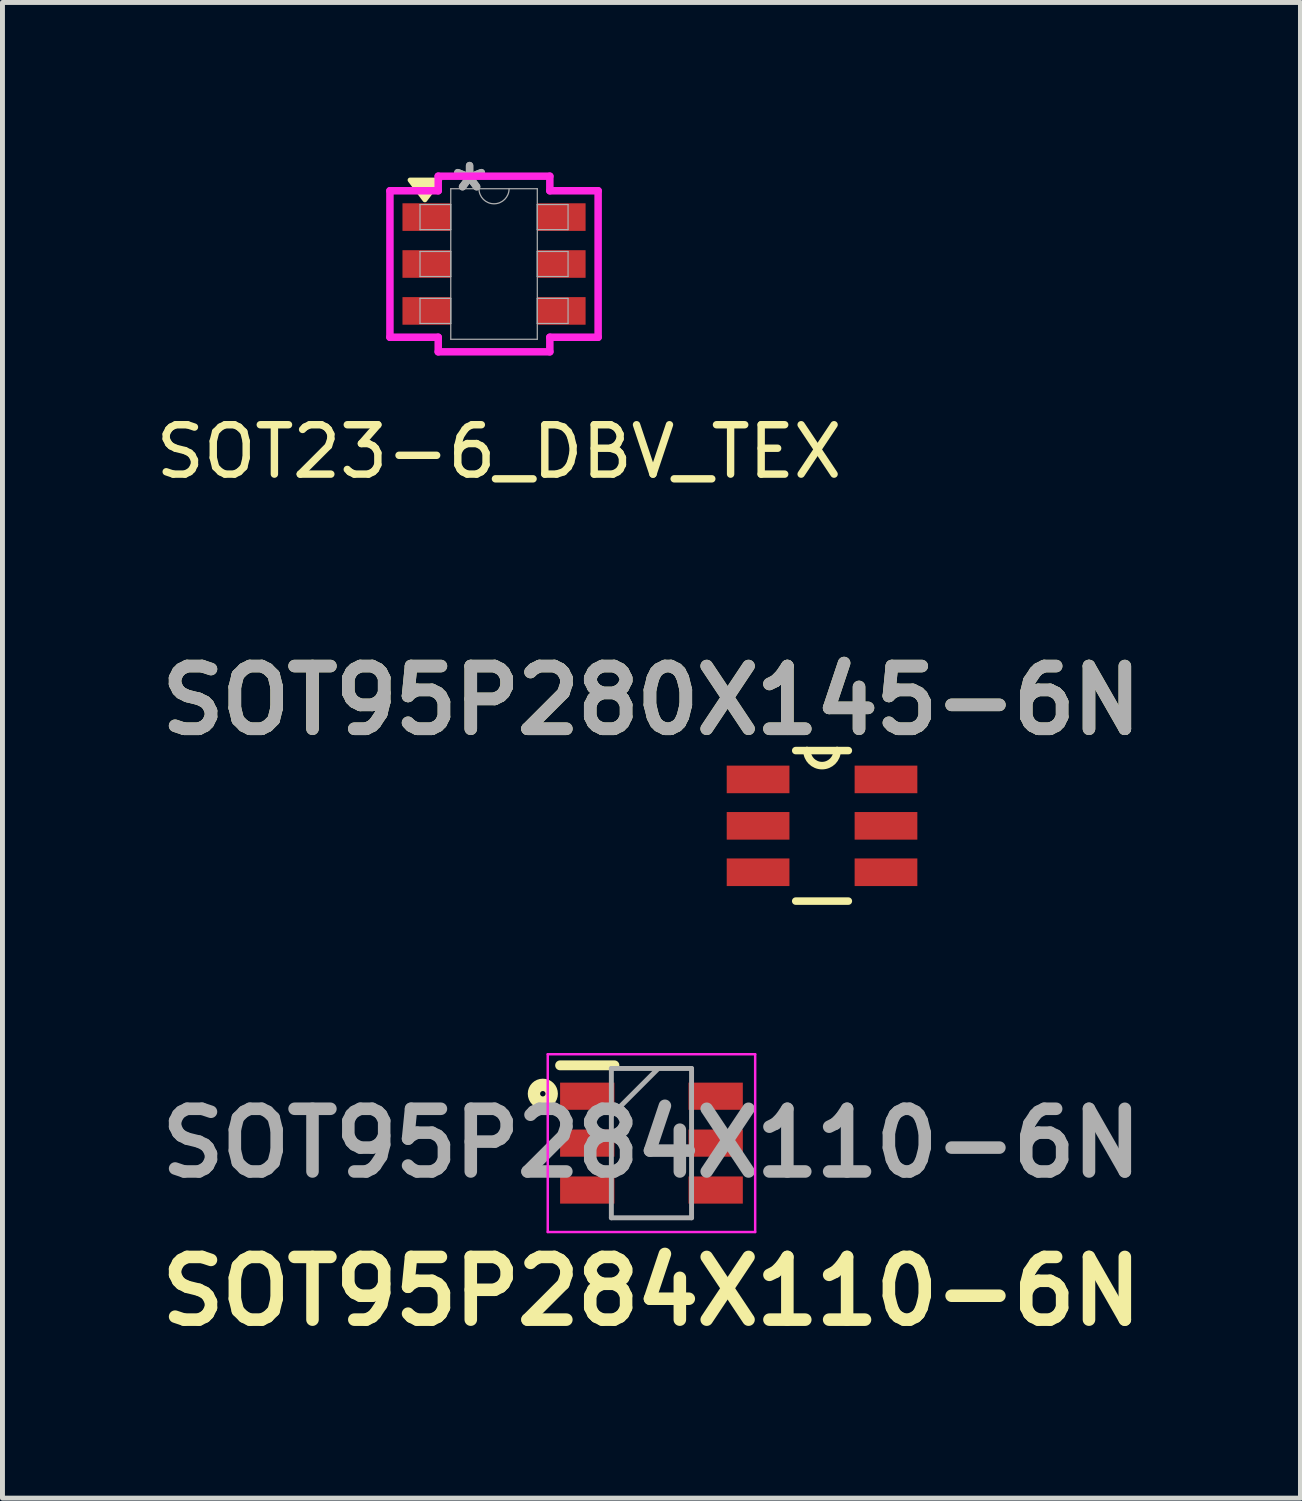
<source format=kicad_pcb>
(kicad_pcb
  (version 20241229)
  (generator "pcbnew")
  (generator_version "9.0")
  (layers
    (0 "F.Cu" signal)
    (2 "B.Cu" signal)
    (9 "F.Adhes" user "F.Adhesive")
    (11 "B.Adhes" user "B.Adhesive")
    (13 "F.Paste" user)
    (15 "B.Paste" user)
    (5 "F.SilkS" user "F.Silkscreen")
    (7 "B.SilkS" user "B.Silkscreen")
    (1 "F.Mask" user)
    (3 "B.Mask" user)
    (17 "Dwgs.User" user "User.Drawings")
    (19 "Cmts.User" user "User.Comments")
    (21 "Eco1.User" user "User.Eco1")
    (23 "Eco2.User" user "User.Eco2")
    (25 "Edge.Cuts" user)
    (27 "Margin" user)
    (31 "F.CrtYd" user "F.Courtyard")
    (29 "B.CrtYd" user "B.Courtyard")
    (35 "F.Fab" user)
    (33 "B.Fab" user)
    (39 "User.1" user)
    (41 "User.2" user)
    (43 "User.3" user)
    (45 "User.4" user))
  (footprint "SOT95P284X110-6N"
    (layer "F.Cu")
    (at 10.142 20.098)
    (property "Reference" "SOT95P284X110-6N" (at 0 3 0) (layer "F.SilkS") (effects (font (size 1.27 1.27) (thickness 0.254))))
    (attr smd)
    (fp_line (start -1.85 -1.575) (end -0.75 -1.575) (stroke (width 0.2) (type solid)) (layer "F.SilkS"))
    (fp_circle (center -2.2 -1) (end -2.02 -1) (stroke (width 0.25) (type default)) (fill no) (layer "F.SilkS"))
    (fp_line (start -2.1 -1.8) (end 2.1 -1.8) (stroke (width 0.05) (type solid)) (layer "F.CrtYd"))
    (fp_line (start -2.1 1.8) (end -2.1 -1.8) (stroke (width 0.05) (type solid)) (layer "F.CrtYd"))
    (fp_line (start 2.1 -1.8) (end 2.1 1.8) (stroke (width 0.05) (type solid)) (layer "F.CrtYd"))
    (fp_line (start 2.1 1.8) (end -2.1 1.8) (stroke (width 0.05) (type solid)) (layer "F.CrtYd"))
    (fp_line (start -0.812 -1.512) (end 0.812 -1.512) (stroke (width 0.1) (type solid)) (layer "F.Fab"))
    (fp_line (start -0.812 -0.562) (end 0.138 -1.512) (stroke (width 0.1) (type solid)) (layer "F.Fab"))
    (fp_line (start -0.812 1.512) (end -0.812 -1.512) (stroke (width 0.1) (type solid)) (layer "F.Fab"))
    (fp_line (start 0.812 -1.512) (end 0.812 1.512) (stroke (width 0.1) (type solid)) (layer "F.Fab"))
    (fp_line (start 0.812 1.512) (end -0.812 1.512) (stroke (width 0.1) (type solid)) (layer "F.Fab"))
    (fp_text user "${REFERENCE}" (at 0 0 0) (layer "F.Fab") (effects (font (size 1.27 1.27) (thickness 0.254))))
    (pad "1" smd rect (at -1.3 -0.95 90) (size 0.55 1.1) (layers "F.Cu" "F.Mask" "F.Paste"))
    (pad "2" smd rect (at -1.3 0 90) (size 0.55 1.1) (layers "F.Cu" "F.Mask" "F.Paste"))
    (pad "3" smd rect (at -1.3 0.95 90) (size 0.55 1.1) (layers "F.Cu" "F.Mask" "F.Paste"))
    (pad "4" smd rect (at 1.3 0.95 90) (size 0.55 1.1) (layers "F.Cu" "F.Mask" "F.Paste"))
    (pad "5" smd rect (at 1.3 0 90) (size 0.55 1.1) (layers "F.Cu" "F.Mask" "F.Paste"))
    (pad "6" smd rect (at 1.3 -0.95 90) (size 0.55 1.1) (layers "F.Cu" "F.Mask" "F.Paste")))
  (footprint "SOT95P280X145-6N"
    (layer "F.Cu")
    (at 13.596 13.673)
    (property "Reference" "SOT95P280X145-6N" (at -3.454 -2.54 0) (layer "F.SilkS") (effects (font (size 1.27 1.27) (thickness 0.254))))
    (attr smd)
    (fp_line (start -0.533 1.524) (end 0.533 1.524) (stroke (width 0.152) (type solid)) (layer "F.SilkS"))
    (fp_line (start -0.305 -1.524) (end -0.533 -1.524) (stroke (width 0.152) (type solid)) (layer "F.SilkS"))
    (fp_line (start 0.305 -1.524) (end -0.305 -1.524) (stroke (width 0.152) (type solid)) (layer "F.SilkS"))
    (fp_line (start 0.533 -1.524) (end 0.305 -1.524) (stroke (width 0.152) (type solid)) (layer "F.SilkS"))
    (fp_arc (start 0.3048 -1.524) (mid 0 -1.2192) (end -0.3048 -1.524) (stroke (width 0.1524) (type solid)) (layer "F.SilkS"))
    (fp_text user "${REFERENCE}" (at -3.454 -2.54 0) (layer "F.Fab") (effects (font (size 1.27 1.27) (thickness 0.254))))
    (pad "1" smd rect (at -1.295 -0.94 90) (size 0.559 1.27) (layers "F.Cu" "F.Mask" "F.Paste"))
    (pad "2" smd rect (at -1.295 0 90) (size 0.559 1.27) (layers "F.Cu" "F.Mask" "F.Paste"))
    (pad "3" smd rect (at -1.295 0.94 90) (size 0.559 1.27) (layers "F.Cu" "F.Mask" "F.Paste"))
    (pad "4" smd rect (at 1.295 0.94 90) (size 0.559 1.27) (layers "F.Cu" "F.Mask" "F.Paste"))
    (pad "5" smd rect (at 1.295 0 90) (size 0.559 1.27) (layers "F.Cu" "F.Mask" "F.Paste"))
    (pad "6" smd rect (at 1.295 -0.94 90) (size 0.559 1.27) (layers "F.Cu" "F.Mask" "F.Paste")))
  (footprint "SOT23-6_DBV_TEX"
    (layer "F.Cu")
    (at 6.954 2.296)
    (property "Reference" "SOT23-6_DBV_TEX" (at 0.1 3.8 0) (unlocked yes) (layer "F.SilkS") (effects (font (size 1 1) (thickness 0.15))))
    (attr smd)
    (fp_poly (pts (xy -1.4 -1.3) (xy -1.7 -1.7) (xy -1.1 -1.7)) (stroke (width 0.1) (type solid)) (fill yes) (layer "F.SilkS"))
    (fp_line (start -2.108 -1.483) (end -1.13 -1.483) (stroke (width 0.152) (type solid)) (layer "F.CrtYd"))
    (fp_line (start -2.108 1.483) (end -2.108 -1.483) (stroke (width 0.152) (type solid)) (layer "F.CrtYd"))
    (fp_line (start -2.108 1.483) (end -1.13 1.483) (stroke (width 0.152) (type solid)) (layer "F.CrtYd"))
    (fp_line (start -1.13 -1.778) (end 1.13 -1.778) (stroke (width 0.152) (type solid)) (layer "F.CrtYd"))
    (fp_line (start -1.13 -1.483) (end -1.13 -1.778) (stroke (width 0.152) (type solid)) (layer "F.CrtYd"))
    (fp_line (start -1.13 1.778) (end -1.13 1.483) (stroke (width 0.152) (type solid)) (layer "F.CrtYd"))
    (fp_line (start 1.13 -1.778) (end 1.13 -1.483) (stroke (width 0.152) (type solid)) (layer "F.CrtYd"))
    (fp_line (start 1.13 1.483) (end 1.13 1.778) (stroke (width 0.152) (type solid)) (layer "F.CrtYd"))
    (fp_line (start 1.13 1.778) (end -1.13 1.778) (stroke (width 0.152) (type solid)) (layer "F.CrtYd"))
    (fp_line (start 2.108 -1.483) (end 1.13 -1.483) (stroke (width 0.152) (type solid)) (layer "F.CrtYd"))
    (fp_line (start 2.108 -1.483) (end 2.108 1.483) (stroke (width 0.152) (type solid)) (layer "F.CrtYd"))
    (fp_line (start 2.108 1.483) (end 1.13 1.483) (stroke (width 0.152) (type solid)) (layer "F.CrtYd"))
    (fp_line (start -1.499 -1.204) (end -1.499 -0.696) (stroke (width 0.025) (type solid)) (layer "F.Fab"))
    (fp_line (start -1.499 -0.696) (end -0.876 -0.696) (stroke (width 0.025) (type solid)) (layer "F.Fab"))
    (fp_line (start -1.499 -0.254) (end -1.499 0.254) (stroke (width 0.025) (type solid)) (layer "F.Fab"))
    (fp_line (start -1.499 0.254) (end -0.876 0.254) (stroke (width 0.025) (type solid)) (layer "F.Fab"))
    (fp_line (start -1.499 0.696) (end -1.499 1.204) (stroke (width 0.025) (type solid)) (layer "F.Fab"))
    (fp_line (start -1.499 1.204) (end -0.876 1.204) (stroke (width 0.025) (type solid)) (layer "F.Fab"))
    (fp_line (start -0.876 -1.524) (end -0.876 1.524) (stroke (width 0.025) (type solid)) (layer "F.Fab"))
    (fp_line (start -0.876 -1.204) (end -1.499 -1.204) (stroke (width 0.025) (type solid)) (layer "F.Fab"))
    (fp_line (start -0.876 -0.696) (end -0.876 -1.204) (stroke (width 0.025) (type solid)) (layer "F.Fab"))
    (fp_line (start -0.876 -0.254) (end -1.499 -0.254) (stroke (width 0.025) (type solid)) (layer "F.Fab"))
    (fp_line (start -0.876 0.254) (end -0.876 -0.254) (stroke (width 0.025) (type solid)) (layer "F.Fab"))
    (fp_line (start -0.876 0.696) (end -1.499 0.696) (stroke (width 0.025) (type solid)) (layer "F.Fab"))
    (fp_line (start -0.876 1.204) (end -0.876 0.696) (stroke (width 0.025) (type solid)) (layer "F.Fab"))
    (fp_line (start -0.876 1.524) (end 0.876 1.524) (stroke (width 0.025) (type solid)) (layer "F.Fab"))
    (fp_line (start 0.876 -1.524) (end -0.876 -1.524) (stroke (width 0.025) (type solid)) (layer "F.Fab"))
    (fp_line (start 0.876 -1.204) (end 0.876 -0.696) (stroke (width 0.025) (type solid)) (layer "F.Fab"))
    (fp_line (start 0.876 -0.696) (end 1.499 -0.696) (stroke (width 0.025) (type solid)) (layer "F.Fab"))
    (fp_line (start 0.876 -0.254) (end 0.876 0.254) (stroke (width 0.025) (type solid)) (layer "F.Fab"))
    (fp_line (start 0.876 0.254) (end 1.499 0.254) (stroke (width 0.025) (type solid)) (layer "F.Fab"))
    (fp_line (start 0.876 0.696) (end 0.876 1.204) (stroke (width 0.025) (type solid)) (layer "F.Fab"))
    (fp_line (start 0.876 1.204) (end 1.499 1.204) (stroke (width 0.025) (type solid)) (layer "F.Fab"))
    (fp_line (start 0.876 1.524) (end 0.876 -1.524) (stroke (width 0.025) (type solid)) (layer "F.Fab"))
    (fp_line (start 1.499 -1.204) (end 0.876 -1.204) (stroke (width 0.025) (type solid)) (layer "F.Fab"))
    (fp_line (start 1.499 -0.696) (end 1.499 -1.204) (stroke (width 0.025) (type solid)) (layer "F.Fab"))
    (fp_line (start 1.499 -0.254) (end 0.876 -0.254) (stroke (width 0.025) (type solid)) (layer "F.Fab"))
    (fp_line (start 1.499 0.254) (end 1.499 -0.254) (stroke (width 0.025) (type solid)) (layer "F.Fab"))
    (fp_line (start 1.499 0.696) (end 0.876 0.696) (stroke (width 0.025) (type solid)) (layer "F.Fab"))
    (fp_line (start 1.499 1.204) (end 1.499 0.696) (stroke (width 0.025) (type solid)) (layer "F.Fab"))
    (fp_arc (start 0.3048 -1.524) (mid 0 -1.2192) (end -0.3048 -1.524) (stroke (width 0.0254) (type solid)) (layer "F.Fab"))
    (fp_text user "*" (at -0.495 -1.448 0) (unlocked yes) (layer "F.Fab") (effects (font (size 1 1) (thickness 0.15))))
    (fp_text user "*" (at -0.495 -1.448 0) (layer "F.Fab") (effects (font (size 1 1) (thickness 0.15))))
    (pad "1" smd rect (at -1.365 -0.95) (size 0.978 0.559) (layers "F.Cu" "F.Mask" "F.Paste"))
    (pad "2" smd rect (at -1.365 0) (size 0.978 0.559) (layers "F.Cu" "F.Mask" "F.Paste"))
    (pad "3" smd rect (at -1.365 0.95) (size 0.978 0.559) (layers "F.Cu" "F.Mask" "F.Paste"))
    (pad "4" smd rect (at 1.365 0.95) (size 0.978 0.559) (layers "F.Cu" "F.Mask" "F.Paste"))
    (pad "5" smd rect (at 1.365 0) (size 0.978 0.559) (layers "F.Cu" "F.Mask" "F.Paste"))
    (pad "6" smd rect (at 1.365 -0.95) (size 0.978 0.559) (layers "F.Cu" "F.Mask" "F.Paste")))
  (gr_rect
    (start -3 -3)
    (end 23.284 27.287)
    (stroke (width 0.1) (type default))
    (fill no)
    (layer "Edge.Cuts")))
</source>
